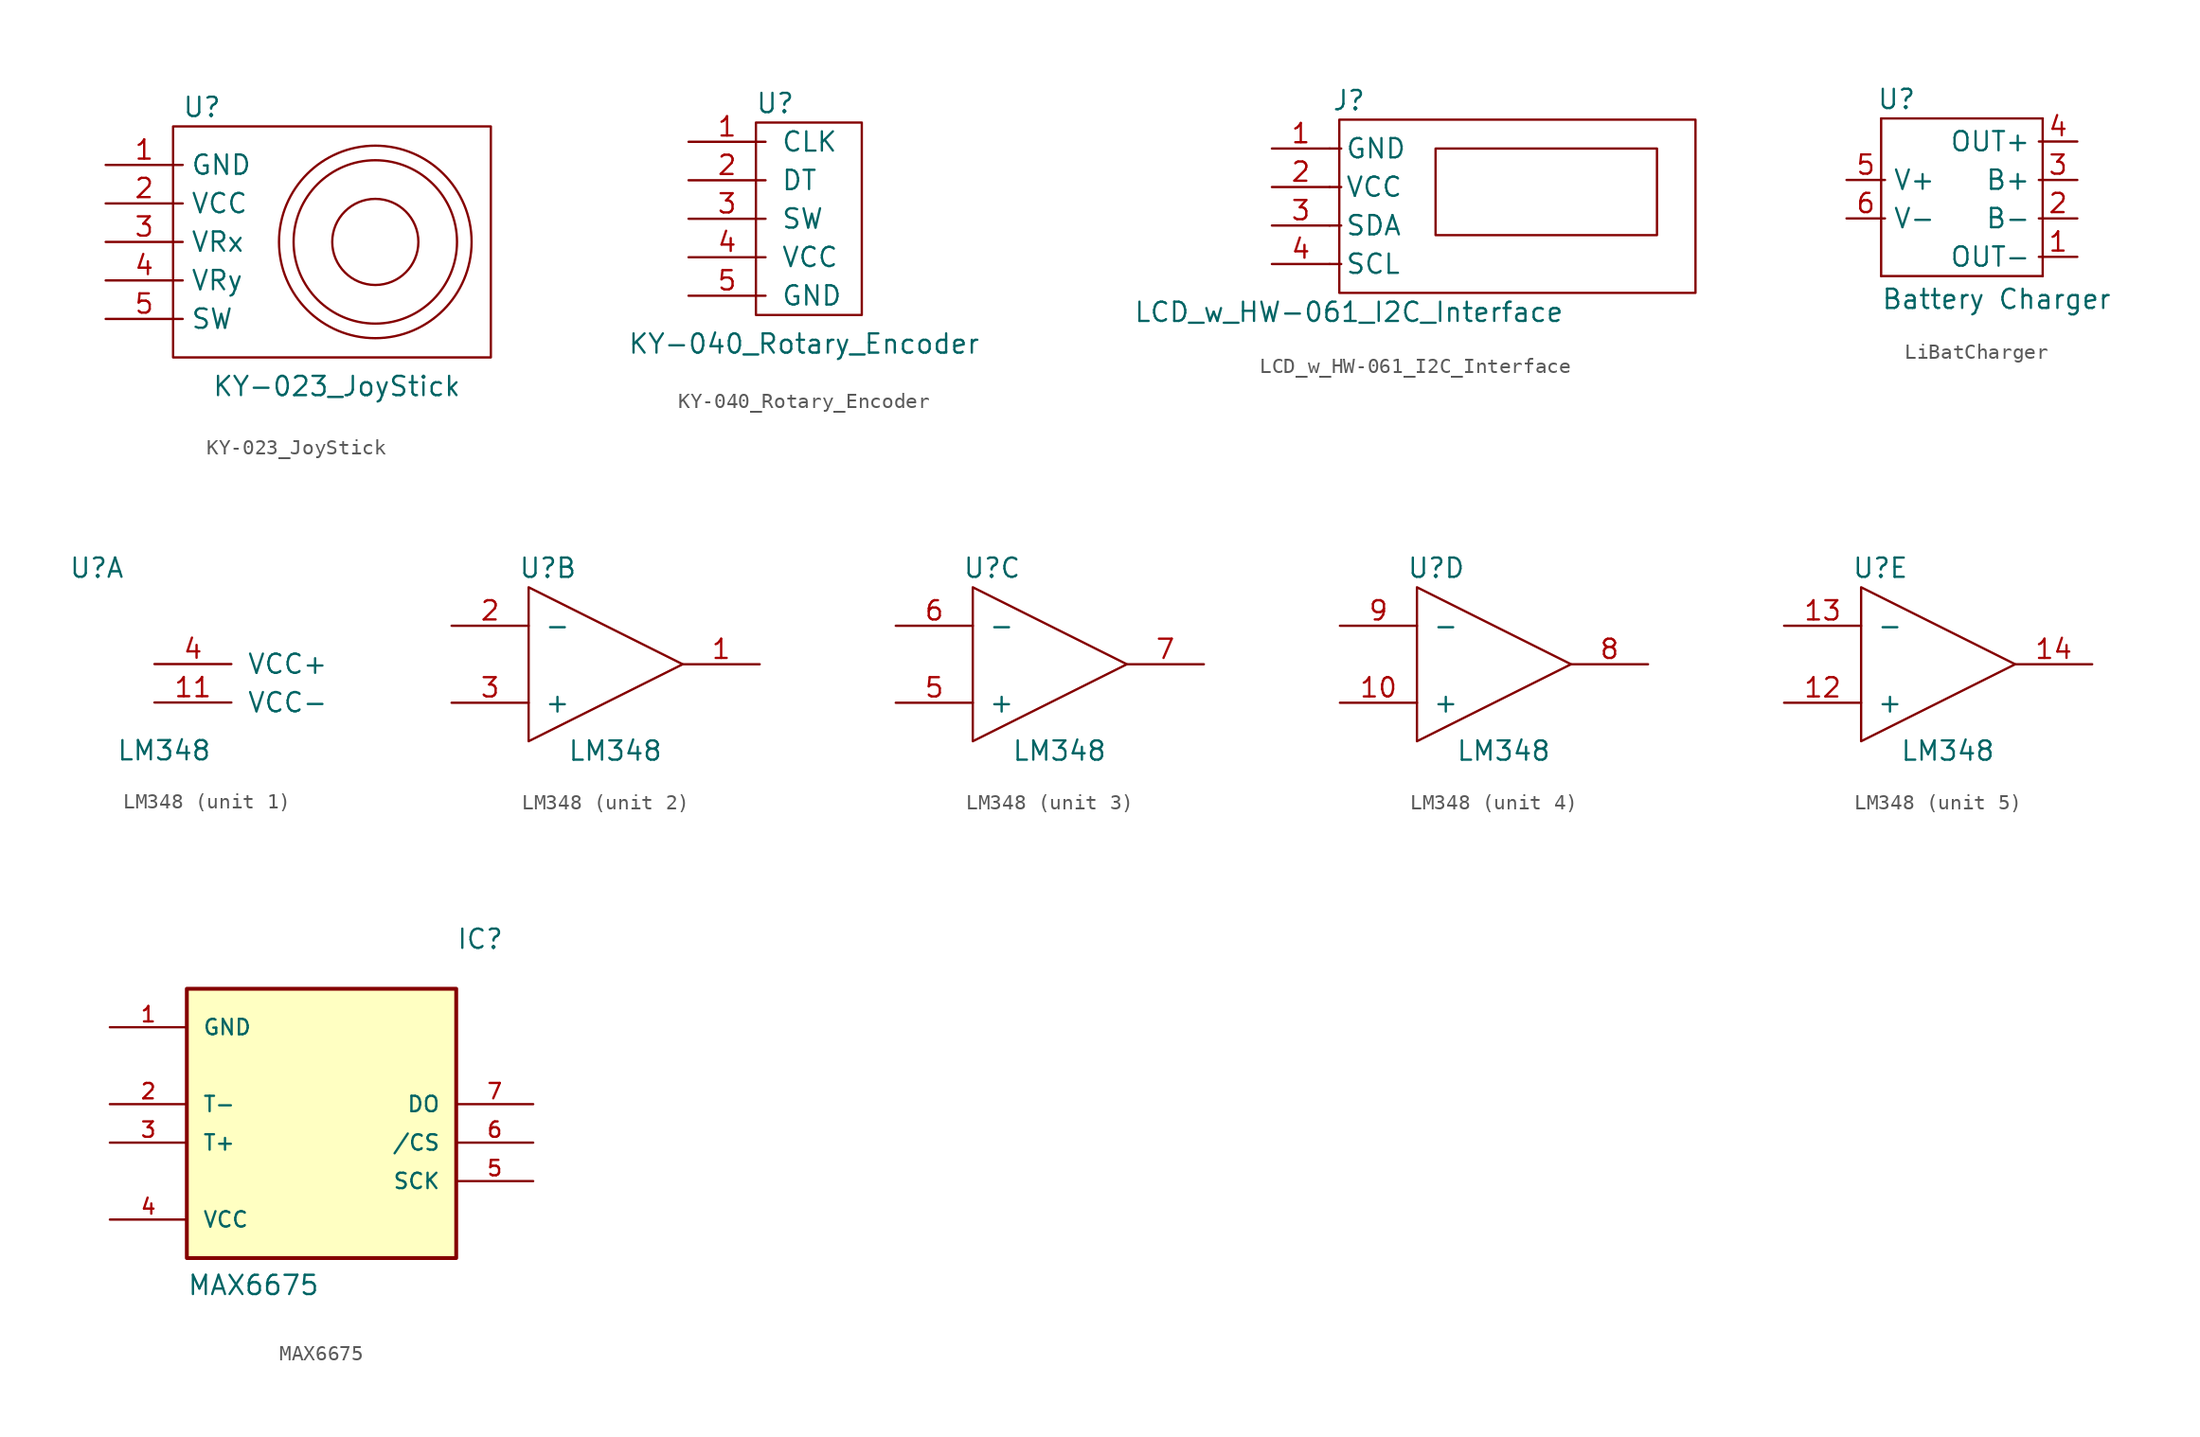
<source format=kicad_sym>
(kicad_symbol_lib
  (version 20231120)
  (generator "kicad_symbol_editor")
  (generator_version "8.0")
  (symbol "KY-023_JoyStick"
    (property "Reference" "U"
      (at 6.35 3.81 0)
      (effects (font (size 1.27 1.27))))
    (property "Value" "KY-023_JoyStick"
      (at 15.24 -14.605 0)
      (effects (font (size 1.27 1.27))))
    (symbol "KY-023_JoyStick_0_1"
      (polyline (pts (xy 4.445 2.54) (xy 4.445 -12.7) (xy 25.4 -12.7) (xy 25.4 2.54) (xy 4.445 2.54)) (stroke (width 0.152) (type default)) (fill (type none)))
      (circle (center 17.78 -5.08) (radius 2.84) (stroke (width 0.152) (type default)) (fill (type none)))
      (circle (center 17.78 -5.08) (radius 5.388) (stroke (width 0.152) (type default)) (fill (type none)))
      (circle (center 17.78 -5.08) (radius 6.35) (stroke (width 0.152) (type default)) (fill (type none))))
    (symbol "KY-023_JoyStick_1_1"
      (pin power_in line (at 0 0 0) (length 5.08) (name "GND" (effects (font (size 1.27 1.27)))) (number "1" (effects (font (size 1.27 1.27)))))
      (pin power_in line (at 0 -2.54 0) (length 5.08) (name "VCC" (effects (font (size 1.27 1.27)))) (number "2" (effects (font (size 1.27 1.27)))))
      (pin output line (at 0 -5.08 0) (length 5.08) (name "VRx" (effects (font (size 1.27 1.27)))) (number "3" (effects (font (size 1.27 1.27)))))
      (pin output line (at 0 -7.62 0) (length 5.08) (name "VRy" (effects (font (size 1.27 1.27)))) (number "4" (effects (font (size 1.27 1.27)))))
      (pin output line (at 0 -10.16 0) (length 5.08) (name "SW" (effects (font (size 1.27 1.27)))) (number "5" (effects (font (size 1.27 1.27)))))))
  (symbol "KY-040_Rotary_Encoder"
    (pin_names
      (offset 1.016))
    (property "Reference" "U"
      (at 0.635 2.54 0)
      (effects (font (size 1.27 1.27))))
    (property "Value" "KY-040_Rotary_Encoder"
      (at 2.54 -13.335 0)
      (effects (font (size 1.27 1.27))))
    (symbol "KY-040_Rotary_Encoder_0_1"
      (rectangle (start -0.635 -11.43) (end 6.35 1.27) (stroke (width 0) (type default)) (fill (type none))))
    (symbol "KY-040_Rotary_Encoder_1_1"
      (pin output line (at -5.08 0 0) (length 5.08) (name "CLK" (effects (font (size 1.27 1.27)))) (number "1" (effects (font (size 1.27 1.27)))))
      (pin output line (at -5.08 -2.54 0) (length 5.08) (name "DT" (effects (font (size 1.27 1.27)))) (number "2" (effects (font (size 1.27 1.27)))))
      (pin output line (at -5.08 -5.08 0) (length 5.08) (name "SW" (effects (font (size 1.27 1.27)))) (number "3" (effects (font (size 1.27 1.27)))))
      (pin power_in line (at -5.08 -7.62 0) (length 5.08) (name "VCC" (effects (font (size 1.27 1.27)))) (number "4" (effects (font (size 1.27 1.27)))))
      (pin power_in line (at -5.08 -10.16 0) (length 5.08) (name "GND" (effects (font (size 1.27 1.27)))) (number "5" (effects (font (size 1.27 1.27)))))))
  (symbol "LCD_w_HW-061_I2C_Interface"
    (pin_names
      (offset 1.016))
    (property "Reference" "J"
      (at 0 5.715 0)
      (effects (font (size 1.27 1.27))))
    (property "Value" "LCD_w_HW-061_I2C_Interface"
      (at 0 -8.255 0)
      (effects (font (size 1.27 1.27))))
    (symbol "LCD_w_HW-061_I2C_Interface_0_1"
      (polyline (pts (xy -0.635 4.445) (xy 22.86 4.445) (xy 22.86 -6.985) (xy -0.635 -6.985) (xy -0.635 4.445)) (stroke (width 0.152) (type default)) (fill (type none)))
      (polyline (pts (xy 5.715 2.54) (xy 5.715 -3.175) (xy 20.32 -3.175) (xy 20.32 2.54) (xy 5.715 2.54)) (stroke (width 0.152) (type default)) (fill (type none))))
    (symbol "LCD_w_HW-061_I2C_Interface_1_1"
      (polyline (pts (xy -1.27 -5.08) (xy -0.508 -5.08)) (stroke (width 0.152) (type default)) (fill (type none)))
      (polyline (pts (xy -1.27 -2.54) (xy -0.508 -2.54)) (stroke (width 0.152) (type default)) (fill (type none)))
      (polyline (pts (xy -1.27 0) (xy -0.508 0)) (stroke (width 0.152) (type default)) (fill (type none)))
      (polyline (pts (xy -1.27 2.54) (xy -0.508 2.54)) (stroke (width 0.152) (type default)) (fill (type none)))
      (pin power_in line (at -5.08 2.54 0) (length 3.81) (name "GND" (effects (font (size 1.27 1.27)))) (number "1" (effects (font (size 1.27 1.27)))))
      (pin power_in line (at -5.08 0 0) (length 3.81) (name "VCC" (effects (font (size 1.27 1.27)))) (number "2" (effects (font (size 1.27 1.27)))))
      (pin passive line (at -5.08 -2.54 0) (length 3.81) (name "SDA" (effects (font (size 1.27 1.27)))) (number "3" (effects (font (size 1.27 1.27)))))
      (pin passive line (at -5.08 -5.08 0) (length 3.81) (name "SCL" (effects (font (size 1.27 1.27)))) (number "4" (effects (font (size 1.27 1.27)))))))
  (symbol "LiBatCharger"
    (property "Reference" "U"
      (at -11.938 10.414 0)
      (effects (font (size 1.27 1.27))))
    (property "Value" "Battery Charger"
      (at -5.334 -2.794 0)
      (effects (font (size 1.27 1.27))))
    (symbol "LiBatCharger_0_1"
      (rectangle (start -12.954 9.144) (end -12.954 -1.27) (stroke (width 0) (type default)) (fill (type none)))
      (rectangle (start -2.286 -1.27) (end -12.954 -1.27) (stroke (width 0) (type default)) (fill (type none)))
      (rectangle (start -2.286 -1.27) (end -2.286 9.144) (stroke (width 0) (type default)) (fill (type none)))
      (rectangle (start -2.286 9.144) (end -12.954 9.144) (stroke (width 0) (type default)) (fill (type none))))
    (symbol "LiBatCharger_1_1"
      (pin output line (at 0 0 180) (length 2.54) (name "OUT-" (effects (font (size 1.27 1.27)))) (number "1" (effects (font (size 1.27 1.27)))))
      (pin output line (at 0 2.54 180) (length 2.54) (name "B-" (effects (font (size 1.27 1.27)))) (number "2" (effects (font (size 1.27 1.27)))))
      (pin output line (at 0 5.08 180) (length 2.54) (name "B+" (effects (font (size 1.27 1.27)))) (number "3" (effects (font (size 1.27 1.27)))))
      (pin output line (at 0 7.62 180) (length 2.54) (name "OUT+" (effects (font (size 1.27 1.27)))) (number "4" (effects (font (size 1.27 1.27)))))
      (pin input line (at -15.24 5.08 0) (length 2.54) (name "V+" (effects (font (size 1.27 1.27)))) (number "5" (effects (font (size 1.27 1.27)))))
      (pin input line (at -15.24 2.54 0) (length 2.54) (name "V-" (effects (font (size 1.27 1.27)))) (number "6" (effects (font (size 1.27 1.27)))))))
  (symbol "LM348"
    (pin_names
      (offset 1.016))
    (property "Reference" "U"
      (at -3.81 6.35 0)
      (effects (font (size 1.27 1.27))))
    (property "Value" "LM348"
      (at 0.635 -5.715 0)
      (effects (font (size 1.27 1.27))))
    (property "ki_locked" ""
      (at 0 0 0)
      (effects (font (size 1.27 1.27))))
    (symbol "LM348_1_1"
      (pin power_in line (at 0 -2.54 0) (length 5.08) (name "VCC-" (effects (font (size 1.27 1.27)))) (number "11" (effects (font (size 1.27 1.27)))))
      (pin power_in line (at 0 0 0) (length 5.08) (name "VCC+" (effects (font (size 1.27 1.27)))) (number "4" (effects (font (size 1.27 1.27))))))
    (symbol "LM348_2_1"
      (polyline (pts (xy -5.08 5.08) (xy -5.08 -5.08) (xy 5.08 0) (xy -5.08 5.08)) (stroke (width 0) (type default)) (fill (type none)))
      (pin output line (at 10.16 0 180) (length 5.08) (name "~" (effects (font (size 1.27 1.27)))) (number "1" (effects (font (size 1.27 1.27)))))
      (pin input line (at -10.16 2.54 0) (length 5.08) (name "-" (effects (font (size 1.27 1.27)))) (number "2" (effects (font (size 1.27 1.27)))))
      (pin input line (at -10.16 -2.54 0) (length 5.08) (name "+" (effects (font (size 1.27 1.27)))) (number "3" (effects (font (size 1.27 1.27))))))
    (symbol "LM348_3_1"
      (polyline (pts (xy -5.08 5.08) (xy -5.08 -5.08) (xy 5.08 0) (xy -5.08 5.08)) (stroke (width 0) (type default)) (fill (type none)))
      (pin input line (at -10.16 -2.54 0) (length 5.08) (name "+" (effects (font (size 1.27 1.27)))) (number "5" (effects (font (size 1.27 1.27)))))
      (pin input line (at -10.16 2.54 0) (length 5.08) (name "-" (effects (font (size 1.27 1.27)))) (number "6" (effects (font (size 1.27 1.27)))))
      (pin output line (at 10.16 0 180) (length 5.08) (name "~" (effects (font (size 1.27 1.27)))) (number "7" (effects (font (size 1.27 1.27))))))
    (symbol "LM348_4_1"
      (polyline (pts (xy -5.08 5.08) (xy -5.08 -5.08) (xy 5.08 0) (xy -5.08 5.08)) (stroke (width 0) (type default)) (fill (type none)))
      (pin input line (at -10.16 -2.54 0) (length 5.08) (name "+" (effects (font (size 1.27 1.27)))) (number "10" (effects (font (size 1.27 1.27)))))
      (pin output line (at 10.16 0 180) (length 5.08) (name "~" (effects (font (size 1.27 1.27)))) (number "8" (effects (font (size 1.27 1.27)))))
      (pin input line (at -10.16 2.54 0) (length 5.08) (name "-" (effects (font (size 1.27 1.27)))) (number "9" (effects (font (size 1.27 1.27))))))
    (symbol "LM348_5_1"
      (polyline (pts (xy -5.08 5.08) (xy -5.08 -5.08) (xy 5.08 0) (xy -5.08 5.08)) (stroke (width 0) (type default)) (fill (type none)))
      (pin input line (at -10.16 -2.54 0) (length 5.08) (name "+" (effects (font (size 1.27 1.27)))) (number "12" (effects (font (size 1.27 1.27)))))
      (pin input line (at -10.16 2.54 0) (length 5.08) (name "-" (effects (font (size 1.27 1.27)))) (number "13" (effects (font (size 1.27 1.27)))))
      (pin output line (at 10.16 0 180) (length 5.08) (name "~" (effects (font (size 1.27 1.27)))) (number "14" (effects (font (size 1.27 1.27)))))))
  (symbol "MAX6675"
    (pin_names
      (offset 1.016))
    (property "Reference" "IC"
      (at 10.16 7.62 0)
      (effects (font (size 1.27 1.27)) (justify left bottom)))
    (property "Value" "MAX6675"
      (at -7.62 -15.24 0)
      (effects (font (size 1.27 1.27)) (justify left bottom)))
    (property "ki_locked" ""
      (at 0 0 0)
      (effects (font (size 1.27 1.27))))
    (symbol "MAX6675_0_0"
      (rectangle (start -7.62 -12.7) (end 10.16 5.08) (stroke (width 0.254) (type default)) (fill (type background)))
      (pin power_in line (at -12.7 2.54 0) (length 5.08) (name "GND" (effects (font (size 1.016 1.016)))) (number "1" (effects (font (size 1.016 1.016)))))
      (pin input line (at -12.7 -2.54 0) (length 5.08) (name "T-" (effects (font (size 1.016 1.016)))) (number "2" (effects (font (size 1.016 1.016)))))
      (pin input line (at -12.7 -5.08 0) (length 5.08) (name "T+" (effects (font (size 1.016 1.016)))) (number "3" (effects (font (size 1.016 1.016)))))
      (pin power_in line (at -12.7 -10.16 0) (length 5.08) (name "VCC" (effects (font (size 1.016 1.016)))) (number "4" (effects (font (size 1.016 1.016)))))
      (pin input line (at 15.24 -7.62 180) (length 5.08) (name "SCK" (effects (font (size 1.016 1.016)))) (number "5" (effects (font (size 1.016 1.016)))))
      (pin input line (at 15.24 -5.08 180) (length 5.08) (name "/CS" (effects (font (size 1.016 1.016)))) (number "6" (effects (font (size 1.016 1.016)))))
      (pin output line (at 15.24 -2.54 180) (length 5.08) (name "DO" (effects (font (size 1.016 1.016)))) (number "7" (effects (font (size 1.016 1.016))))))))
</source>
